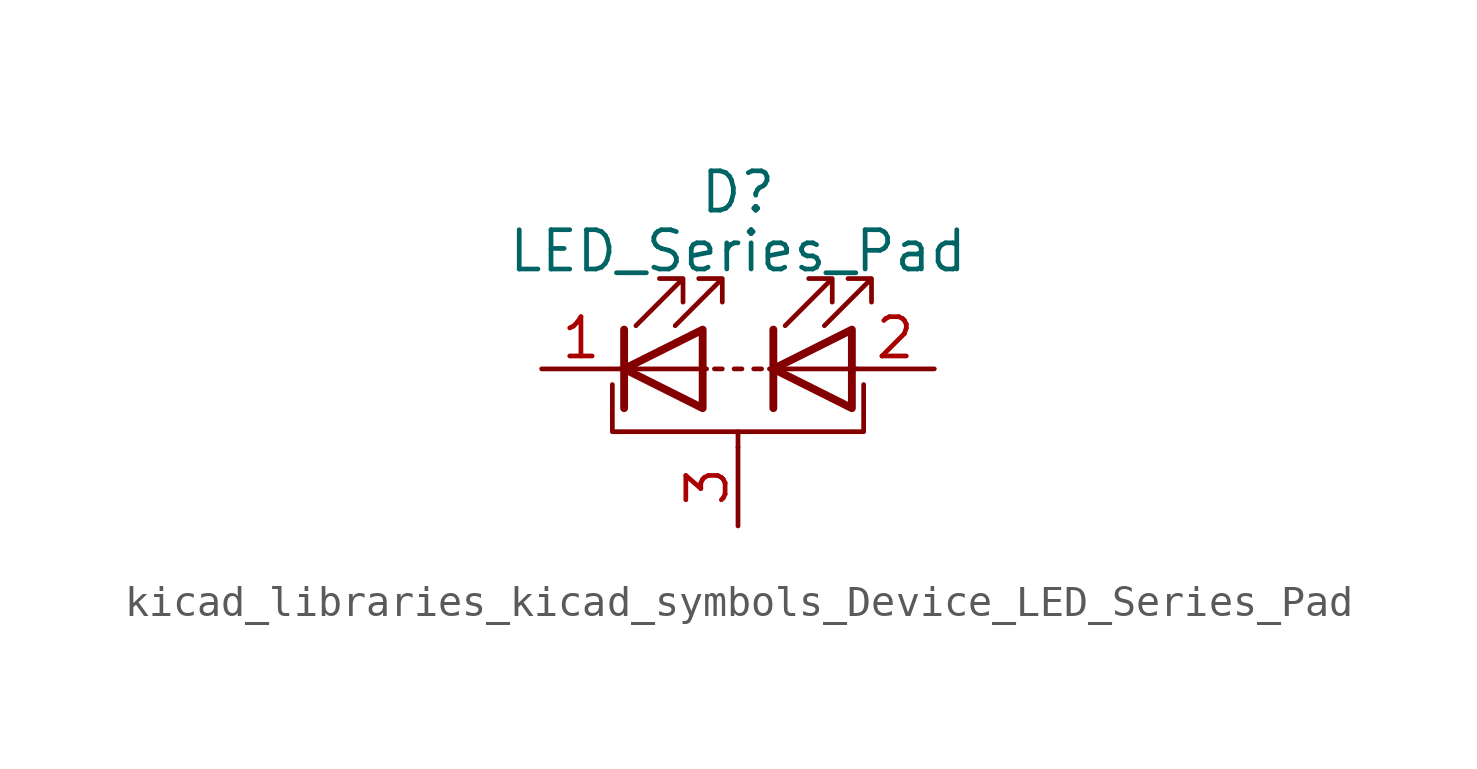
<source format=kicad_sym>
(kicad_symbol_lib
  (version 20220914)
  (generator kicad_symbol_editor)
  (symbol "kicad_libraries_kicad_symbols_Device_LED_Series_Pad"
    (pin_names
      (offset 1.016) hide)
    (property "Reference" "D"
      (at 0 5.715 0)
      (effects (font (size 1.27 1.27))))
    (property "Value" "LED_Series_Pad"
      (at 0 3.81 0)
      (effects (font (size 1.27 1.27))))
    (symbol "kicad_libraries_kicad_symbols_Device_LED_Series_Pad_0_1"
      (polyline (pts (xy -3.81 0) (xy -1.016 0)) (stroke (width 0) (type default)) (fill (type none)))
      (polyline (pts (xy -3.683 -1.27) (xy -3.683 1.27)) (stroke (width 0.254) (type default)) (fill (type none)))
      (polyline (pts (xy -0.508 0) (xy -0.762 0)) (stroke (width 0) (type default)) (fill (type none)))
      (polyline (pts (xy 0 -2.54) (xy 0 -2.032)) (stroke (width 0) (type default)) (fill (type none)))
      (polyline (pts (xy 0.127 0) (xy -0.127 0)) (stroke (width 0) (type default)) (fill (type none)))
      (polyline (pts (xy 0.508 0) (xy 0.762 0)) (stroke (width 0) (type default)) (fill (type none)))
      (polyline (pts (xy 1.016 0) (xy 3.81 0)) (stroke (width 0) (type default)) (fill (type none)))
      (polyline (pts (xy 1.143 -1.27) (xy 1.143 1.27)) (stroke (width 0.254) (type default)) (fill (type none)))
      (polyline (pts (xy -4.064 -0.508) (xy -4.064 -2.032) (xy 4.064 -2.032) (xy 4.064 -0.508)) (stroke (width 0) (type default)) (fill (type none)))
      (polyline (pts (xy -1.143 -1.27) (xy -1.143 1.27) (xy -3.683 0) (xy -1.143 -1.27)) (stroke (width 0.254) (type default)) (fill (type none)))
      (polyline (pts (xy 3.683 -1.27) (xy 3.683 1.27) (xy 1.143 0) (xy 3.683 -1.27)) (stroke (width 0.254) (type default)) (fill (type none)))
      (polyline (pts (xy -3.302 1.397) (xy -1.778 2.921) (xy -2.54 2.921) (xy -1.778 2.921) (xy -1.778 2.159)) (stroke (width 0) (type default)) (fill (type none)))
      (polyline (pts (xy -2.032 1.397) (xy -0.508 2.921) (xy -1.27 2.921) (xy -0.508 2.921) (xy -0.508 2.159)) (stroke (width 0) (type default)) (fill (type none)))
      (polyline (pts (xy 1.524 1.397) (xy 3.048 2.921) (xy 2.286 2.921) (xy 3.048 2.921) (xy 3.048 2.159)) (stroke (width 0) (type default)) (fill (type none)))
      (polyline (pts (xy 2.794 1.397) (xy 4.318 2.921) (xy 3.556 2.921) (xy 4.318 2.921) (xy 4.318 2.159)) (stroke (width 0) (type default)) (fill (type none))))
    (symbol "kicad_libraries_kicad_symbols_Device_LED_Series_Pad_1_1"
      (pin passive line (at -6.35 0 0) (length 2.54) (name "K" (effects (font (size 1.27 1.27)))) (number "1" (effects (font (size 1.27 1.27)))))
      (pin passive line (at 6.35 0 180) (length 2.54) (name "A" (effects (font (size 1.27 1.27)))) (number "2" (effects (font (size 1.27 1.27)))))
      (pin passive line (at 0 -5.08 90) (length 2.54) (name "PAD" (effects (font (size 1.27 1.27)))) (number "3" (effects (font (size 1.27 1.27))))))))
</source>
